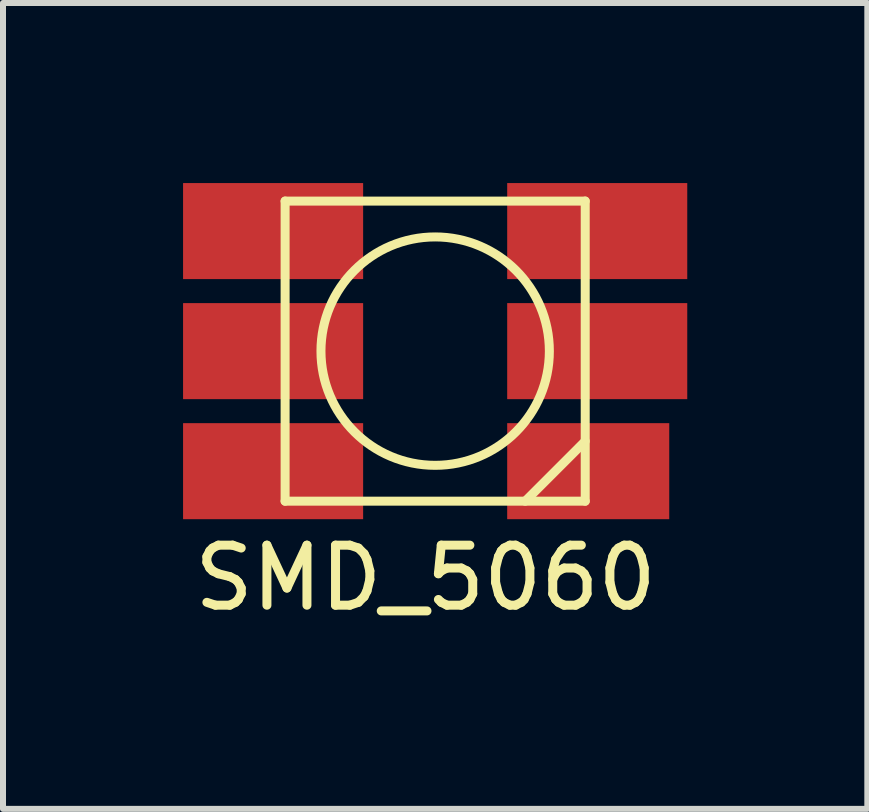
<source format=kicad_pcb>
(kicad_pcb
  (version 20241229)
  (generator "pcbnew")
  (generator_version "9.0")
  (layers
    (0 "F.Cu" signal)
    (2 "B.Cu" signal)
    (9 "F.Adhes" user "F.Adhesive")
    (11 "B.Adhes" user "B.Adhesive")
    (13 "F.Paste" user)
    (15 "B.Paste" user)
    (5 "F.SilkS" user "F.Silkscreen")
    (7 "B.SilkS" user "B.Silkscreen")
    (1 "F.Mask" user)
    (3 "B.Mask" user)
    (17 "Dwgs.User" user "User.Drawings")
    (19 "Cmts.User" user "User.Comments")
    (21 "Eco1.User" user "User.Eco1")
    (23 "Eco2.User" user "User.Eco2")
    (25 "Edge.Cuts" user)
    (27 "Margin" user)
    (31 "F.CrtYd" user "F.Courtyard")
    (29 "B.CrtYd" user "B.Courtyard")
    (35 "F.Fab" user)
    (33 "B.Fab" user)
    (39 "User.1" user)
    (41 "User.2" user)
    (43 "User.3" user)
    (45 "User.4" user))
  (footprint "SMD_5060"
    (layer "F.Cu")
    (at 4.2 2.8)
    (property "Reference" "SMD_5060" (at -0.16 3.778 0) (layer "F.SilkS") (effects (font (size 1 1) (thickness 0.15))))
    (attr through_hole)
    (fp_line (start -2.5 -2.5) (end -2.5 2.5) (stroke (width 0.15) (type solid)) (layer "F.SilkS"))
    (fp_line (start -2.5 2.5) (end 2.5 2.5) (stroke (width 0.15) (type solid)) (layer "F.SilkS"))
    (fp_line (start 2.5 -2.5) (end -2.5 -2.5) (stroke (width 0.15) (type solid)) (layer "F.SilkS"))
    (fp_line (start 2.5 1.5) (end 1.5 2.5) (stroke (width 0.15) (type solid)) (layer "F.SilkS"))
    (fp_line (start 2.5 2.5) (end 2.5 -2.5) (stroke (width 0.15) (type solid)) (layer "F.SilkS"))
    (fp_circle (center 0 0) (end 0.1 1.9) (stroke (width 0.15) (type solid)) (fill no) (layer "F.SilkS"))
    (pad "1" smd rect (at 2.7 2) (size 2.7 1.6) (drill (offset -0.15 0)) (layers "F.Cu" "F.Mask" "F.Paste"))
    (pad "2" smd rect (at 2.7 0) (size 3 1.6) (layers "F.Cu" "F.Mask" "F.Paste"))
    (pad "3" smd rect (at 2.7 -2) (size 3 1.6) (layers "F.Cu" "F.Mask" "F.Paste"))
    (pad "4" smd rect (at -2.7 -2) (size 3 1.6) (layers "F.Cu" "F.Mask" "F.Paste"))
    (pad "5" smd rect (at -2.7 0) (size 3 1.6) (layers "F.Cu" "F.Mask" "F.Paste"))
    (pad "6" smd rect (at -2.7 2) (size 3 1.6) (layers "F.Cu" "F.Mask" "F.Paste")))
  (gr_rect
    (start -3 -3)
    (end 11.4 10.426)
    (stroke (width 0.1) (type default))
    (fill no)
    (layer "Edge.Cuts")))
</source>
